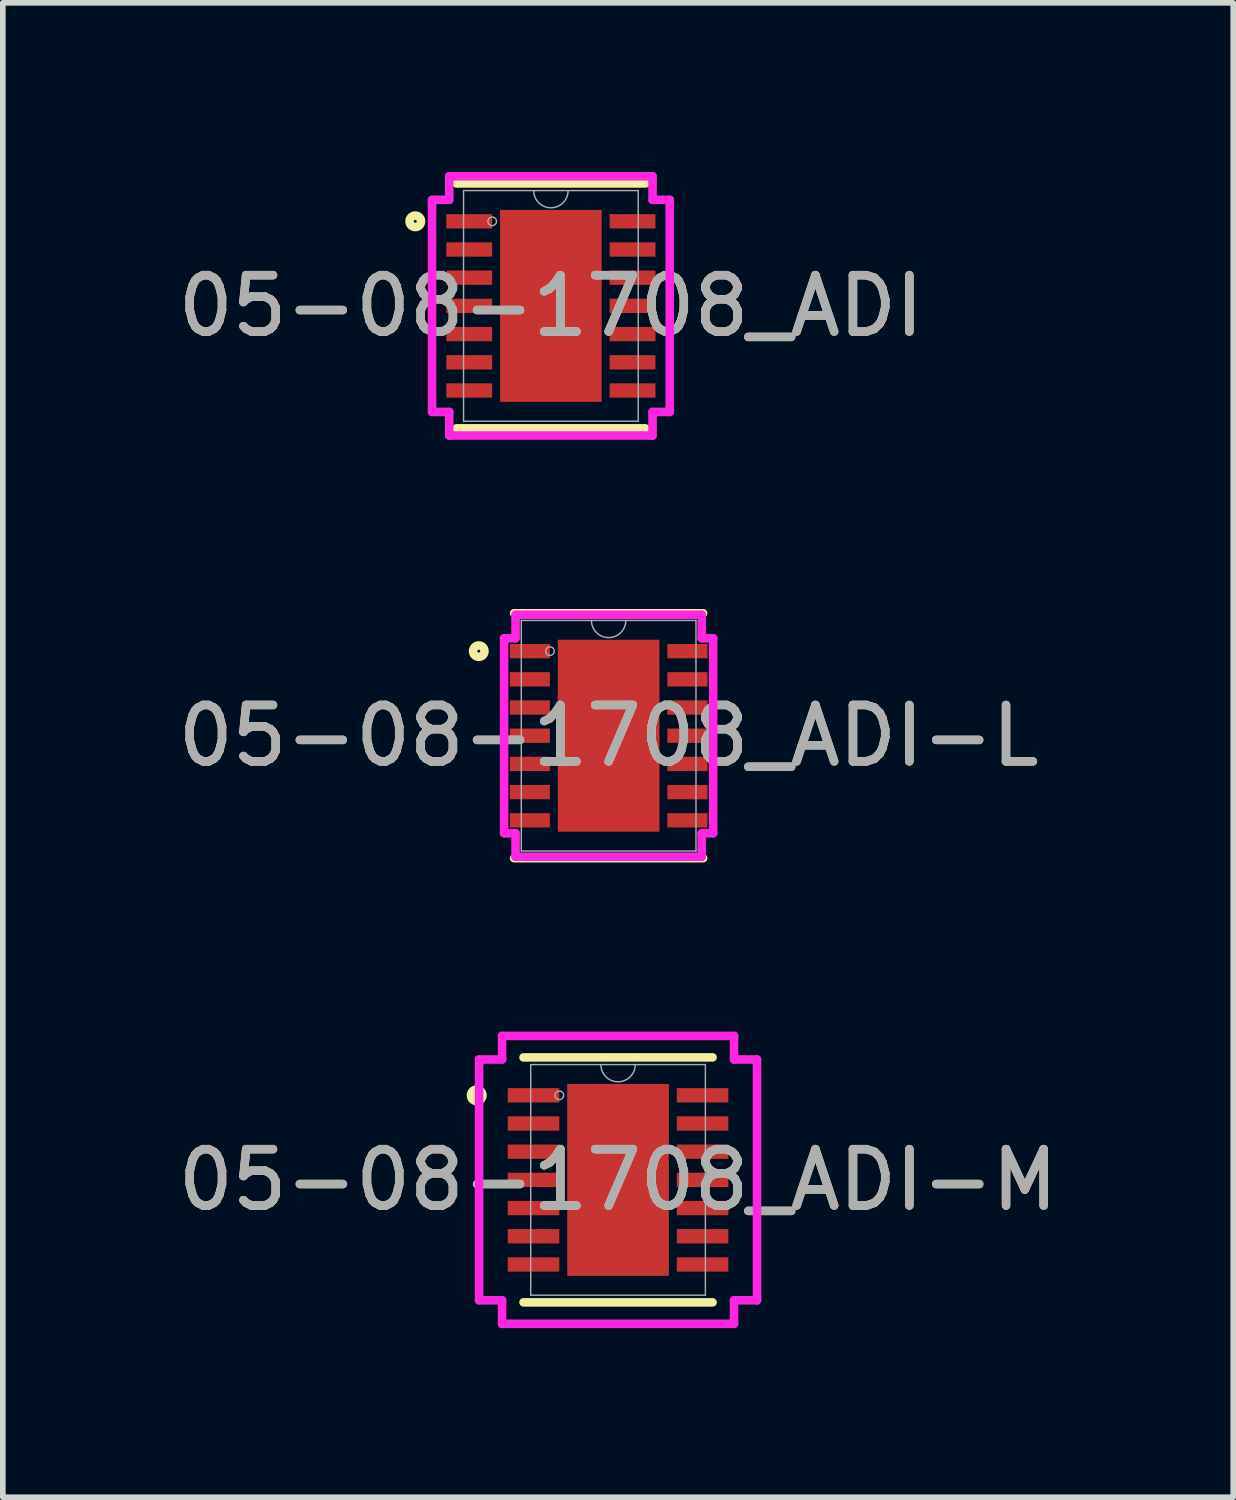
<source format=kicad_pcb>
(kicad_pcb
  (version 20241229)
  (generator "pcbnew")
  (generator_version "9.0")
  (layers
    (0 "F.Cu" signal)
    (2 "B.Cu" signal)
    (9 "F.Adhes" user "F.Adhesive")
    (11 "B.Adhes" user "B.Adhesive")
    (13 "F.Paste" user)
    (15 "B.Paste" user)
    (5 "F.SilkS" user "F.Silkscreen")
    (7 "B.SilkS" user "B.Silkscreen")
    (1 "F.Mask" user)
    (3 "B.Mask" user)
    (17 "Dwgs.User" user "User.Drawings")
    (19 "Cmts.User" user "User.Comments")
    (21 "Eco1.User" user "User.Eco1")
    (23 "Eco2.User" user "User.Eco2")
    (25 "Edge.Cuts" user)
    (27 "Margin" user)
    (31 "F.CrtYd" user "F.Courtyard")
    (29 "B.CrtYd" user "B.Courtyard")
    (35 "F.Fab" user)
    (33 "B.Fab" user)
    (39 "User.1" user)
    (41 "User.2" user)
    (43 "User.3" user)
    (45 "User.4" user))
  (footprint "05-08-1708_ADI-M"
    (layer "F.Cu")
    (at 7.911 17.875)
    (property "Reference" "05-08-1708_ADI-M" (at 0 0 0) (unlocked yes) (layer "F.SilkS") (effects (font (size 1 1) (thickness 0.15))))
    (attr smd)
    (fp_line (start -1.676 2.172) (end 1.676 2.172) (stroke (width 0.152) (type solid)) (layer "F.SilkS"))
    (fp_line (start 1.676 -2.172) (end -1.676 -2.172) (stroke (width 0.152) (type solid)) (layer "F.SilkS"))
    (fp_circle (center -2.507 -1.5) (end -2.405 -1.5) (stroke (width 0.152) (type solid)) (fill no) (layer "F.SilkS"))
    (fp_poly (pts (xy -0.802 -1.602) (xy -0.802 -0.1) (xy 0.802 -0.1) (xy 0.802 -1.602)) (stroke (width 0) (type solid)) (fill yes) (layer "F.Paste"))
    (fp_poly (pts (xy -0.802 0.1) (xy -0.802 1.602) (xy 0.802 1.602) (xy 0.802 0.1)) (stroke (width 0) (type solid)) (fill yes) (layer "F.Paste"))
    (fp_line (start -2.464 -2.135) (end -2.057 -2.135) (stroke (width 0.152) (type solid)) (layer "F.CrtYd"))
    (fp_line (start -2.464 2.135) (end -2.464 -2.135) (stroke (width 0.152) (type solid)) (layer "F.CrtYd"))
    (fp_line (start -2.464 2.135) (end -2.057 2.135) (stroke (width 0.152) (type solid)) (layer "F.CrtYd"))
    (fp_line (start -2.057 -2.553) (end 2.057 -2.553) (stroke (width 0.152) (type solid)) (layer "F.CrtYd"))
    (fp_line (start -2.057 -2.135) (end -2.057 -2.553) (stroke (width 0.152) (type solid)) (layer "F.CrtYd"))
    (fp_line (start -2.057 2.553) (end -2.057 2.135) (stroke (width 0.152) (type solid)) (layer "F.CrtYd"))
    (fp_line (start 2.057 -2.553) (end 2.057 -2.135) (stroke (width 0.152) (type solid)) (layer "F.CrtYd"))
    (fp_line (start 2.057 2.135) (end 2.057 2.553) (stroke (width 0.152) (type solid)) (layer "F.CrtYd"))
    (fp_line (start 2.057 2.553) (end -2.057 2.553) (stroke (width 0.152) (type solid)) (layer "F.CrtYd"))
    (fp_line (start 2.464 -2.135) (end 2.057 -2.135) (stroke (width 0.152) (type solid)) (layer "F.CrtYd"))
    (fp_line (start 2.464 -2.135) (end 2.464 2.135) (stroke (width 0.152) (type solid)) (layer "F.CrtYd"))
    (fp_line (start 2.464 2.135) (end 2.057 2.135) (stroke (width 0.152) (type solid)) (layer "F.CrtYd"))
    (fp_line (start -1.549 -2.045) (end -1.549 2.045) (stroke (width 0.025) (type solid)) (layer "F.Fab"))
    (fp_line (start -1.549 2.045) (end 1.549 2.045) (stroke (width 0.025) (type solid)) (layer "F.Fab"))
    (fp_line (start 1.549 -2.045) (end -1.549 -2.045) (stroke (width 0.025) (type solid)) (layer "F.Fab"))
    (fp_line (start 1.549 2.045) (end 1.549 -2.045) (stroke (width 0.025) (type solid)) (layer "F.Fab"))
    (fp_arc (start 0.3048 -2.0447) (mid 0 -1.7399) (end -0.3048 -2.0447) (stroke (width 0.0254) (type solid)) (layer "F.Fab"))
    (fp_circle (center -1.041 -1.5) (end -0.965 -1.5) (stroke (width 0.025) (type solid)) (fill no) (layer "F.Fab"))
    (fp_text user "${REFERENCE}" (at 0 0 0) (unlocked yes) (layer "F.Fab") (effects (font (size 1 1) (thickness 0.15))))
    (pad "1" smd rect (at -1.499 -1.5) (size 0.914 0.254) (layers "F.Cu" "F.Mask" "F.Paste"))
    (pad "2" smd rect (at -1.499 -1) (size 0.914 0.254) (layers "F.Cu" "F.Mask" "F.Paste"))
    (pad "3" smd rect (at -1.499 -0.5) (size 0.914 0.254) (layers "F.Cu" "F.Mask" "F.Paste"))
    (pad "4" smd rect (at -1.499 0) (size 0.914 0.254) (layers "F.Cu" "F.Mask" "F.Paste"))
    (pad "5" smd rect (at -1.499 0.5) (size 0.914 0.254) (layers "F.Cu" "F.Mask" "F.Paste"))
    (pad "6" smd rect (at -1.499 1) (size 0.914 0.254) (layers "F.Cu" "F.Mask" "F.Paste"))
    (pad "7" smd rect (at -1.499 1.5) (size 0.914 0.254) (layers "F.Cu" "F.Mask" "F.Paste"))
    (pad "8" smd rect (at 1.499 1.5) (size 0.914 0.254) (layers "F.Cu" "F.Mask" "F.Paste"))
    (pad "9" smd rect (at 1.499 1) (size 0.914 0.254) (layers "F.Cu" "F.Mask" "F.Paste"))
    (pad "10" smd rect (at 1.499 0.5) (size 0.914 0.254) (layers "F.Cu" "F.Mask" "F.Paste"))
    (pad "11" smd rect (at 1.499 0) (size 0.914 0.254) (layers "F.Cu" "F.Mask" "F.Paste"))
    (pad "12" smd rect (at 1.499 -0.5) (size 0.914 0.254) (layers "F.Cu" "F.Mask" "F.Paste"))
    (pad "13" smd rect (at 1.499 -1) (size 0.914 0.254) (layers "F.Cu" "F.Mask" "F.Paste"))
    (pad "14" smd rect (at 1.499 -1.5) (size 0.914 0.254) (layers "F.Cu" "F.Mask" "F.Paste"))
    (pad "15" smd rect (at 0 0) (size 1.803 3.404) (layers "F.Cu" "F.Mask" "F.Paste")))
  (footprint "05-08-1708_ADI"
    (layer "F.Cu")
    (at 6.72 2.375)
    (property "Reference" "05-08-1708_ADI" (at 0 0 0) (unlocked yes) (layer "F.SilkS") (effects (font (size 1 1) (thickness 0.15))))
    (attr smd)
    (fp_line (start -1.676 2.172) (end 1.676 2.172) (stroke (width 0.152) (type solid)) (layer "F.SilkS"))
    (fp_line (start 1.676 -2.172) (end -1.676 -2.172) (stroke (width 0.152) (type solid)) (layer "F.SilkS"))
    (fp_circle (center -2.405 -1.5) (end -2.303 -1.5) (stroke (width 0.152) (type solid)) (fill no) (layer "F.SilkS"))
    (fp_poly (pts (xy -0.802 -1.602) (xy -0.802 -0.1) (xy 0.802 -0.1) (xy 0.802 -1.602)) (stroke (width 0) (type solid)) (fill yes) (layer "F.Paste"))
    (fp_poly (pts (xy -0.802 0.1) (xy -0.802 1.602) (xy 0.802 1.602) (xy 0.802 0.1)) (stroke (width 0) (type solid)) (fill yes) (layer "F.Paste"))
    (fp_line (start -2.108 -1.881) (end -1.803 -1.881) (stroke (width 0.152) (type solid)) (layer "F.CrtYd"))
    (fp_line (start -2.108 1.881) (end -2.108 -1.881) (stroke (width 0.152) (type solid)) (layer "F.CrtYd"))
    (fp_line (start -2.108 1.881) (end -1.803 1.881) (stroke (width 0.152) (type solid)) (layer "F.CrtYd"))
    (fp_line (start -1.803 -2.299) (end 1.803 -2.299) (stroke (width 0.152) (type solid)) (layer "F.CrtYd"))
    (fp_line (start -1.803 -1.881) (end -1.803 -2.299) (stroke (width 0.152) (type solid)) (layer "F.CrtYd"))
    (fp_line (start -1.803 2.299) (end -1.803 1.881) (stroke (width 0.152) (type solid)) (layer "F.CrtYd"))
    (fp_line (start 1.803 -2.299) (end 1.803 -1.881) (stroke (width 0.152) (type solid)) (layer "F.CrtYd"))
    (fp_line (start 1.803 1.881) (end 1.803 2.299) (stroke (width 0.152) (type solid)) (layer "F.CrtYd"))
    (fp_line (start 1.803 2.299) (end -1.803 2.299) (stroke (width 0.152) (type solid)) (layer "F.CrtYd"))
    (fp_line (start 2.108 -1.881) (end 1.803 -1.881) (stroke (width 0.152) (type solid)) (layer "F.CrtYd"))
    (fp_line (start 2.108 -1.881) (end 2.108 1.881) (stroke (width 0.152) (type solid)) (layer "F.CrtYd"))
    (fp_line (start 2.108 1.881) (end 1.803 1.881) (stroke (width 0.152) (type solid)) (layer "F.CrtYd"))
    (fp_line (start -1.549 -2.045) (end -1.549 2.045) (stroke (width 0.025) (type solid)) (layer "F.Fab"))
    (fp_line (start -1.549 2.045) (end 1.549 2.045) (stroke (width 0.025) (type solid)) (layer "F.Fab"))
    (fp_line (start 1.549 -2.045) (end -1.549 -2.045) (stroke (width 0.025) (type solid)) (layer "F.Fab"))
    (fp_line (start 1.549 2.045) (end 1.549 -2.045) (stroke (width 0.025) (type solid)) (layer "F.Fab"))
    (fp_arc (start 0.3048 -2.0447) (mid 0 -1.7399) (end -0.3048 -2.0447) (stroke (width 0.0254) (type solid)) (layer "F.Fab"))
    (fp_circle (center -1.041 -1.5) (end -0.965 -1.5) (stroke (width 0.025) (type solid)) (fill no) (layer "F.Fab"))
    (fp_text user "${REFERENCE}" (at 0 0 0) (unlocked yes) (layer "F.Fab") (effects (font (size 1 1) (thickness 0.15))))
    (pad "1" smd rect (at -1.448 -1.5) (size 0.813 0.254) (layers "F.Cu" "F.Mask" "F.Paste"))
    (pad "2" smd rect (at -1.448 -1) (size 0.813 0.254) (layers "F.Cu" "F.Mask" "F.Paste"))
    (pad "3" smd rect (at -1.448 -0.5) (size 0.813 0.254) (layers "F.Cu" "F.Mask" "F.Paste"))
    (pad "4" smd rect (at -1.448 0) (size 0.813 0.254) (layers "F.Cu" "F.Mask" "F.Paste"))
    (pad "5" smd rect (at -1.448 0.5) (size 0.813 0.254) (layers "F.Cu" "F.Mask" "F.Paste"))
    (pad "6" smd rect (at -1.448 1) (size 0.813 0.254) (layers "F.Cu" "F.Mask" "F.Paste"))
    (pad "7" smd rect (at -1.448 1.5) (size 0.813 0.254) (layers "F.Cu" "F.Mask" "F.Paste"))
    (pad "8" smd rect (at 1.448 1.5) (size 0.813 0.254) (layers "F.Cu" "F.Mask" "F.Paste"))
    (pad "9" smd rect (at 1.448 1) (size 0.813 0.254) (layers "F.Cu" "F.Mask" "F.Paste"))
    (pad "10" smd rect (at 1.448 0.5) (size 0.813 0.254) (layers "F.Cu" "F.Mask" "F.Paste"))
    (pad "11" smd rect (at 1.448 0) (size 0.813 0.254) (layers "F.Cu" "F.Mask" "F.Paste"))
    (pad "12" smd rect (at 1.448 -0.5) (size 0.813 0.254) (layers "F.Cu" "F.Mask" "F.Paste"))
    (pad "13" smd rect (at 1.448 -1) (size 0.813 0.254) (layers "F.Cu" "F.Mask" "F.Paste"))
    (pad "14" smd rect (at 1.448 -1.5) (size 0.813 0.254) (layers "F.Cu" "F.Mask" "F.Paste"))
    (pad "15" smd rect (at 0 0) (size 1.803 3.404) (layers "F.Cu" "F.Mask" "F.Paste")))
  (footprint "05-08-1708_ADI-L"
    (layer "F.Cu")
    (at 7.744 9.998)
    (property "Reference" "05-08-1708_ADI-L" (at 0 0 0) (unlocked yes) (layer "F.SilkS") (effects (font (size 1 1) (thickness 0.15))))
    (attr smd)
    (fp_line (start -1.676 2.172) (end 1.676 2.172) (stroke (width 0.152) (type solid)) (layer "F.SilkS"))
    (fp_line (start 1.676 -2.172) (end -1.676 -2.172) (stroke (width 0.152) (type solid)) (layer "F.SilkS"))
    (fp_circle (center -2.303 -1.5) (end -2.202 -1.5) (stroke (width 0.152) (type solid)) (fill no) (layer "F.SilkS"))
    (fp_poly (pts (xy -0.802 -1.602) (xy -0.802 -0.1) (xy 0.802 -0.1) (xy 0.802 -1.602)) (stroke (width 0) (type solid)) (fill yes) (layer "F.Paste"))
    (fp_poly (pts (xy -0.802 0.1) (xy -0.802 1.602) (xy 0.802 1.602) (xy 0.802 0.1)) (stroke (width 0) (type solid)) (fill yes) (layer "F.Paste"))
    (fp_line (start -1.854 -1.729) (end -1.651 -1.729) (stroke (width 0.152) (type solid)) (layer "F.CrtYd"))
    (fp_line (start -1.854 1.729) (end -1.854 -1.729) (stroke (width 0.152) (type solid)) (layer "F.CrtYd"))
    (fp_line (start -1.854 1.729) (end -1.651 1.729) (stroke (width 0.152) (type solid)) (layer "F.CrtYd"))
    (fp_line (start -1.651 -2.146) (end 1.651 -2.146) (stroke (width 0.152) (type solid)) (layer "F.CrtYd"))
    (fp_line (start -1.651 -1.729) (end -1.651 -2.146) (stroke (width 0.152) (type solid)) (layer "F.CrtYd"))
    (fp_line (start -1.651 2.146) (end -1.651 1.729) (stroke (width 0.152) (type solid)) (layer "F.CrtYd"))
    (fp_line (start 1.651 -2.146) (end 1.651 -1.729) (stroke (width 0.152) (type solid)) (layer "F.CrtYd"))
    (fp_line (start 1.651 1.729) (end 1.651 2.146) (stroke (width 0.152) (type solid)) (layer "F.CrtYd"))
    (fp_line (start 1.651 2.146) (end -1.651 2.146) (stroke (width 0.152) (type solid)) (layer "F.CrtYd"))
    (fp_line (start 1.854 -1.729) (end 1.651 -1.729) (stroke (width 0.152) (type solid)) (layer "F.CrtYd"))
    (fp_line (start 1.854 -1.729) (end 1.854 1.729) (stroke (width 0.152) (type solid)) (layer "F.CrtYd"))
    (fp_line (start 1.854 1.729) (end 1.651 1.729) (stroke (width 0.152) (type solid)) (layer "F.CrtYd"))
    (fp_line (start -1.549 -2.045) (end -1.549 2.045) (stroke (width 0.025) (type solid)) (layer "F.Fab"))
    (fp_line (start -1.549 2.045) (end 1.549 2.045) (stroke (width 0.025) (type solid)) (layer "F.Fab"))
    (fp_line (start 1.549 -2.045) (end -1.549 -2.045) (stroke (width 0.025) (type solid)) (layer "F.Fab"))
    (fp_line (start 1.549 2.045) (end 1.549 -2.045) (stroke (width 0.025) (type solid)) (layer "F.Fab"))
    (fp_arc (start 0.3048 -2.0447) (mid 0 -1.7399) (end -0.3048 -2.0447) (stroke (width 0.0254) (type solid)) (layer "F.Fab"))
    (fp_circle (center -1.041 -1.5) (end -0.965 -1.5) (stroke (width 0.025) (type solid)) (fill no) (layer "F.Fab"))
    (fp_text user "${REFERENCE}" (at 0 0 0) (unlocked yes) (layer "F.Fab") (effects (font (size 1 1) (thickness 0.15))))
    (pad "1" smd rect (at -1.397 -1.5) (size 0.711 0.254) (layers "F.Cu" "F.Mask" "F.Paste"))
    (pad "2" smd rect (at -1.397 -1) (size 0.711 0.254) (layers "F.Cu" "F.Mask" "F.Paste"))
    (pad "3" smd rect (at -1.397 -0.5) (size 0.711 0.254) (layers "F.Cu" "F.Mask" "F.Paste"))
    (pad "4" smd rect (at -1.397 0) (size 0.711 0.254) (layers "F.Cu" "F.Mask" "F.Paste"))
    (pad "5" smd rect (at -1.397 0.5) (size 0.711 0.254) (layers "F.Cu" "F.Mask" "F.Paste"))
    (pad "6" smd rect (at -1.397 1) (size 0.711 0.254) (layers "F.Cu" "F.Mask" "F.Paste"))
    (pad "7" smd rect (at -1.397 1.5) (size 0.711 0.254) (layers "F.Cu" "F.Mask" "F.Paste"))
    (pad "8" smd rect (at 1.397 1.5) (size 0.711 0.254) (layers "F.Cu" "F.Mask" "F.Paste"))
    (pad "9" smd rect (at 1.397 1) (size 0.711 0.254) (layers "F.Cu" "F.Mask" "F.Paste"))
    (pad "10" smd rect (at 1.397 0.5) (size 0.711 0.254) (layers "F.Cu" "F.Mask" "F.Paste"))
    (pad "11" smd rect (at 1.397 0) (size 0.711 0.254) (layers "F.Cu" "F.Mask" "F.Paste"))
    (pad "12" smd rect (at 1.397 -0.5) (size 0.711 0.254) (layers "F.Cu" "F.Mask" "F.Paste"))
    (pad "13" smd rect (at 1.397 -1) (size 0.711 0.254) (layers "F.Cu" "F.Mask" "F.Paste"))
    (pad "14" smd rect (at 1.397 -1.5) (size 0.711 0.254) (layers "F.Cu" "F.Mask" "F.Paste"))
    (pad "15" smd rect (at 0 0) (size 1.803 3.404) (layers "F.Cu" "F.Mask" "F.Paste")))
  (gr_rect
    (start -3 -3)
    (end 18.821 23.503)
    (stroke (width 0.1) (type default))
    (fill no)
    (layer "Edge.Cuts")))
</source>
